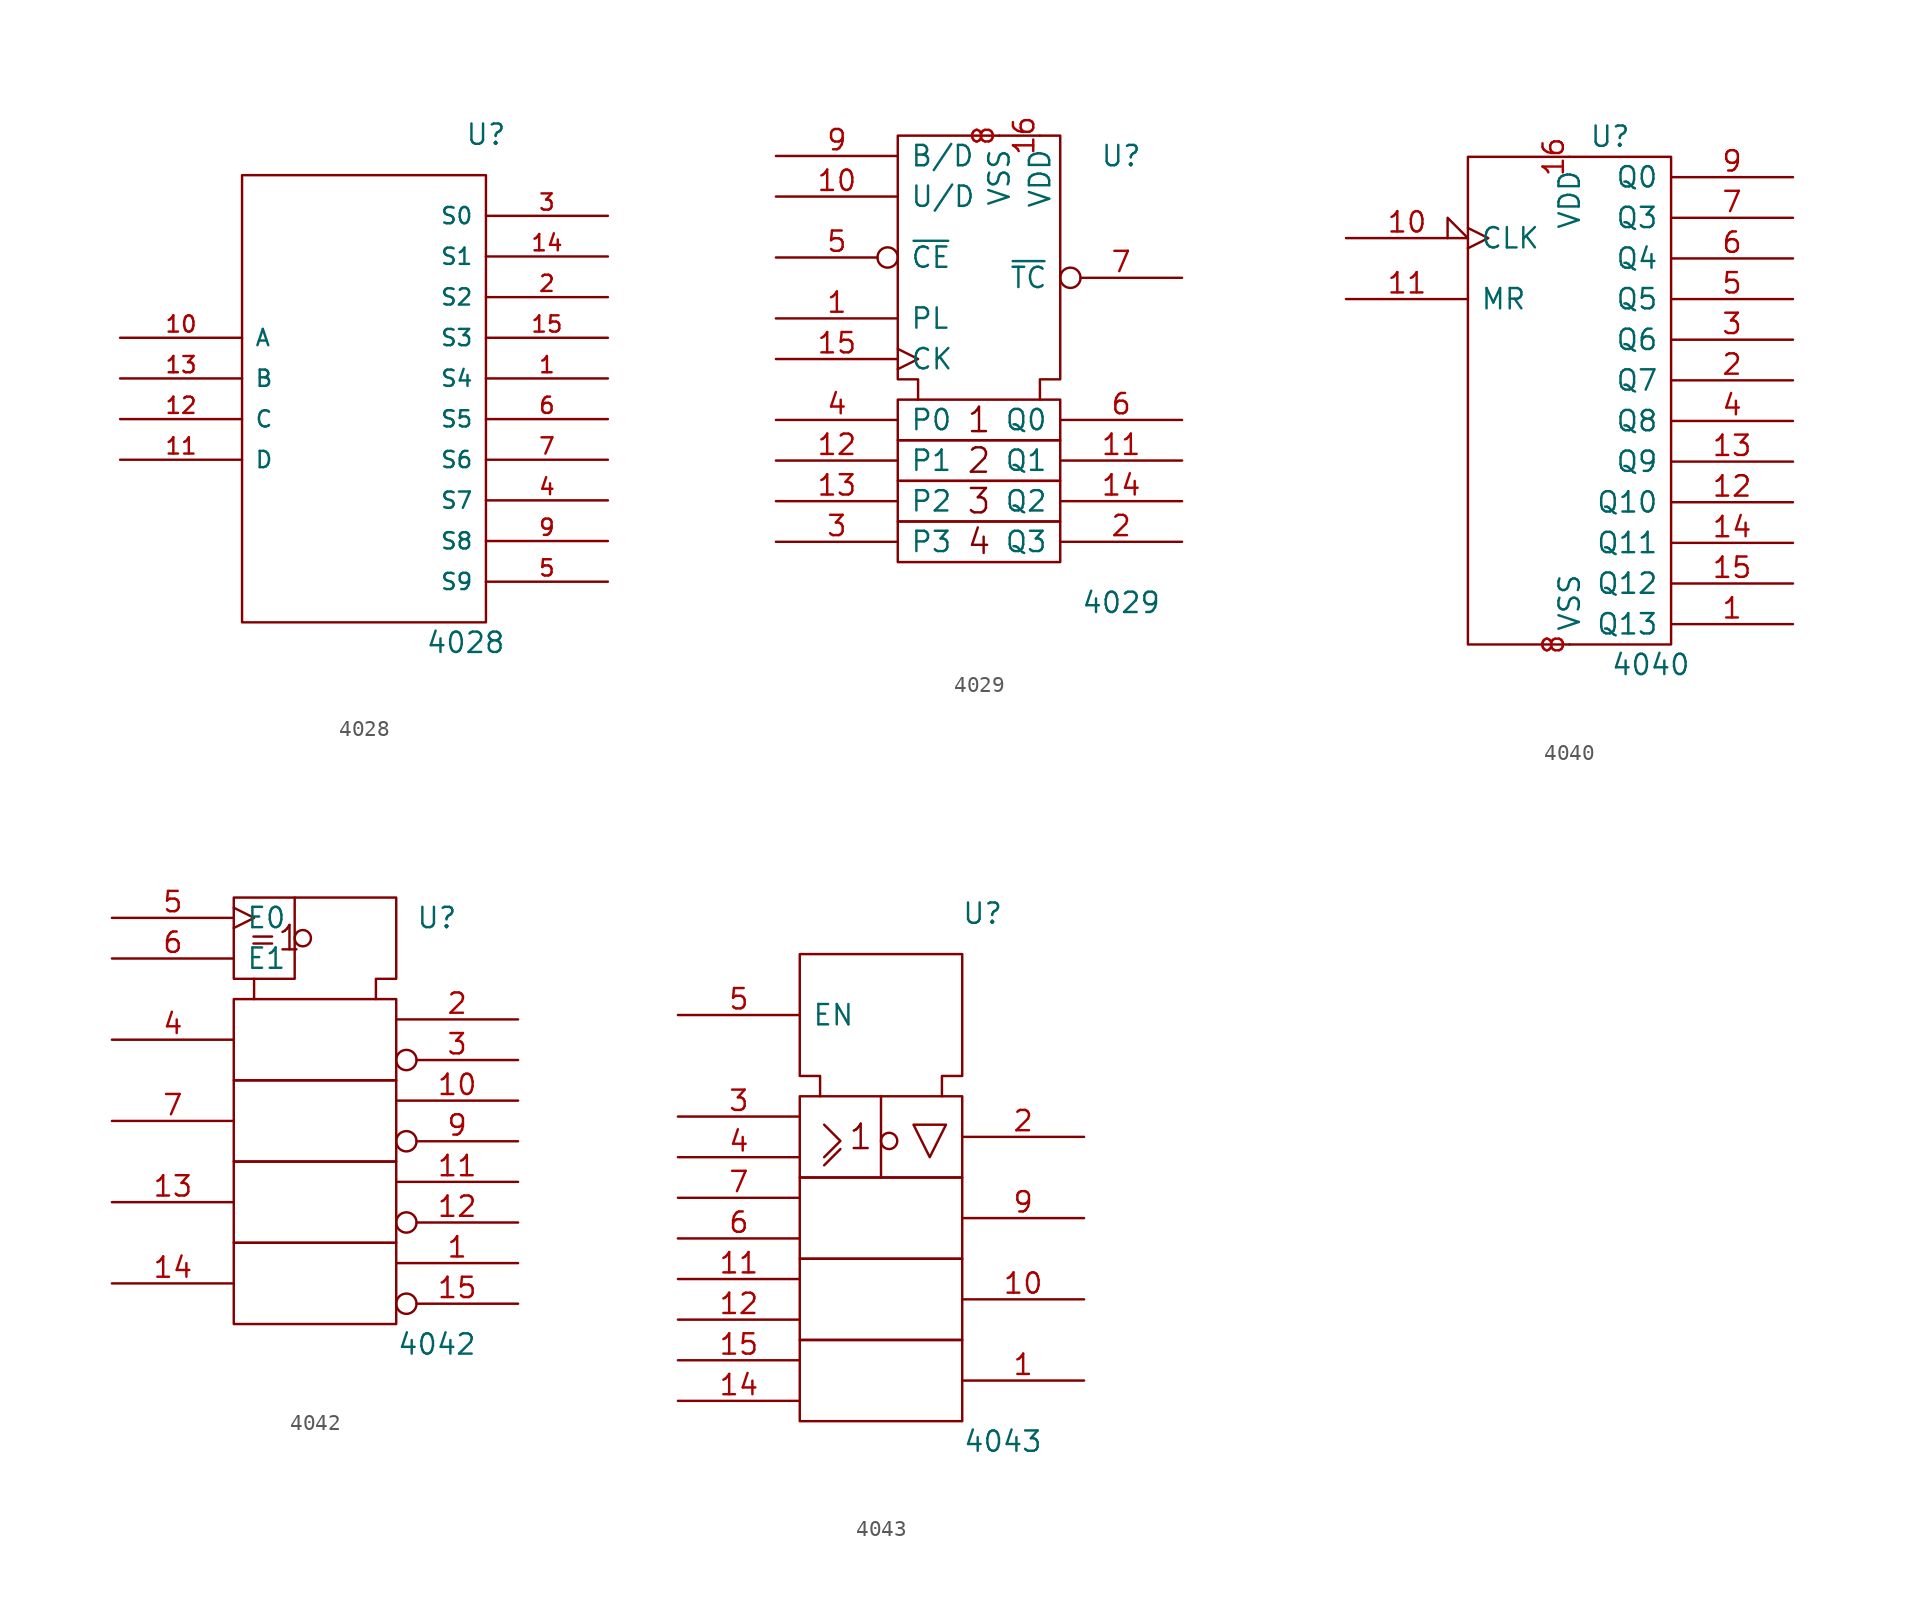
<source format=kicad_sym>
(kicad_symbol_lib
  (version 20211014)
  (generator kicad_symbol_editor)
  (symbol "4028"
    (pin_names
      (offset 0.762))
    (property "Reference" "U"
      (at 7.62 16.51 0)
      (effects (font (size 1.27 1.27))))
    (property "Value" "4028"
      (at 6.35 -15.24 0)
      (effects (font (size 1.27 1.27))))
    (symbol "4028_0_0"
      (pin power_in line (at 0 13.97 270) (length 0) hide (name "VDD" (effects (font (size 1.016 1.016)))) (number "16" (effects (font (size 1.016 1.016))))))
    (symbol "4028_0_1"
      (rectangle (start -7.62 13.97) (end 7.62 -13.97) (stroke (width 0) (type default) (color 0 0 0 0)) (fill (type none)))
      (pin power_in line (at 0 -13.97 90) (length 0) hide (name "VSS" (effects (font (size 1.016 1.016)))) (number "8" (effects (font (size 1.016 1.016))))))
    (symbol "4028_1_1"
      (pin output line (at 15.24 1.27 180) (length 7.62) (name "S4" (effects (font (size 1.016 1.016)))) (number "1" (effects (font (size 1.016 1.016)))))
      (pin input line (at -15.24 3.81 0) (length 7.62) (name "A" (effects (font (size 1.016 1.016)))) (number "10" (effects (font (size 1.016 1.016)))))
      (pin input line (at -15.24 -3.81 0) (length 7.62) (name "D" (effects (font (size 1.016 1.016)))) (number "11" (effects (font (size 1.016 1.016)))))
      (pin input line (at -15.24 -1.27 0) (length 7.62) (name "C" (effects (font (size 1.016 1.016)))) (number "12" (effects (font (size 1.016 1.016)))))
      (pin input line (at -15.24 1.27 0) (length 7.62) (name "B" (effects (font (size 1.016 1.016)))) (number "13" (effects (font (size 1.016 1.016)))))
      (pin output line (at 15.24 8.89 180) (length 7.62) (name "S1" (effects (font (size 1.016 1.016)))) (number "14" (effects (font (size 1.016 1.016)))))
      (pin output line (at 15.24 3.81 180) (length 7.62) (name "S3" (effects (font (size 1.016 1.016)))) (number "15" (effects (font (size 1.016 1.016)))))
      (pin output line (at 15.24 6.35 180) (length 7.62) (name "S2" (effects (font (size 1.016 1.016)))) (number "2" (effects (font (size 1.016 1.016)))))
      (pin output line (at 15.24 11.43 180) (length 7.62) (name "S0" (effects (font (size 1.016 1.016)))) (number "3" (effects (font (size 1.016 1.016)))))
      (pin output line (at 15.24 -6.35 180) (length 7.62) (name "S7" (effects (font (size 1.016 1.016)))) (number "4" (effects (font (size 1.016 1.016)))))
      (pin output line (at 15.24 -11.43 180) (length 7.62) (name "S9" (effects (font (size 1.016 1.016)))) (number "5" (effects (font (size 1.016 1.016)))))
      (pin output line (at 15.24 -1.27 180) (length 7.62) (name "S5" (effects (font (size 1.016 1.016)))) (number "6" (effects (font (size 1.016 1.016)))))
      (pin output line (at 15.24 -3.81 180) (length 7.62) (name "S6" (effects (font (size 1.016 1.016)))) (number "7" (effects (font (size 1.016 1.016)))))
      (pin output line (at 15.24 -8.89 180) (length 7.62) (name "S8" (effects (font (size 1.016 1.016)))) (number "9" (effects (font (size 1.016 1.016)))))))
  (symbol "4029"
    (pin_names
      (offset 0.762))
    (property "Reference" "U"
      (at 8.89 8.89 0)
      (effects (font (size 1.27 1.27))))
    (property "Value" "4029"
      (at 8.89 -19.05 0)
      (effects (font (size 1.27 1.27))))
    (symbol "4029_0_0"
      (rectangle (start -5.08 -13.97) (end 5.08 -16.51) (stroke (width 0) (type default) (color 0 0 0 0)) (fill (type none)))
      (rectangle (start -5.08 -11.43) (end 5.08 -13.97) (stroke (width 0) (type default) (color 0 0 0 0)) (fill (type none)))
      (rectangle (start -5.08 -8.89) (end 5.08 -11.43) (stroke (width 0) (type default) (color 0 0 0 0)) (fill (type none)))
      (rectangle (start -5.08 -6.35) (end 5.08 -8.89) (stroke (width 0) (type default) (color 0 0 0 0)) (fill (type none)))
      (polyline (pts (xy -3.81 -6.35) (xy -3.81 -5.08) (xy -5.08 -5.08) (xy -5.08 10.16) (xy 5.08 10.16) (xy 5.08 -5.08) (xy 3.81 -5.08) (xy 3.81 -6.35) (xy 3.81 -6.35)) (stroke (width 0) (type default) (color 0 0 0 0)) (fill (type none)))
      (text "1" (at 0 -7.62 0) (effects (font (size 1.524 1.524))))
      (text "2" (at 0 -10.16 0) (effects (font (size 1.524 1.524))))
      (text "3" (at 0 -12.7 0) (effects (font (size 1.524 1.524))))
      (text "4" (at 0 -15.24 0) (effects (font (size 1.524 1.524)))))
    (symbol "4029_1_1"
      (pin input line (at -12.7 -1.27 0) (length 7.62) (name "PL" (effects (font (size 1.27 1.27)))) (number "1" (effects (font (size 1.27 1.27)))))
      (pin input line (at -12.7 6.35 0) (length 7.62) (name "U/D" (effects (font (size 1.27 1.27)))) (number "10" (effects (font (size 1.27 1.27)))))
      (pin output line (at 12.7 -10.16 180) (length 7.62) (name "Q1" (effects (font (size 1.27 1.27)))) (number "11" (effects (font (size 1.27 1.27)))))
      (pin input line (at -12.7 -10.16 0) (length 7.62) (name "P1" (effects (font (size 1.27 1.27)))) (number "12" (effects (font (size 1.27 1.27)))))
      (pin input line (at -12.7 -12.7 0) (length 7.62) (name "P2" (effects (font (size 1.27 1.27)))) (number "13" (effects (font (size 1.27 1.27)))))
      (pin output line (at 12.7 -12.7 180) (length 7.62) (name "Q2" (effects (font (size 1.27 1.27)))) (number "14" (effects (font (size 1.27 1.27)))))
      (pin input clock (at -12.7 -3.81 0) (length 7.62) (name "CK" (effects (font (size 1.27 1.27)))) (number "15" (effects (font (size 1.27 1.27)))))
      (pin power_in line (at 3.81 10.16 270) (length 0) (name "VDD" (effects (font (size 1.27 1.27)))) (number "16" (effects (font (size 1.27 1.27)))))
      (pin output line (at 12.7 -15.24 180) (length 7.62) (name "Q3" (effects (font (size 1.27 1.27)))) (number "2" (effects (font (size 1.27 1.27)))))
      (pin input line (at -12.7 -15.24 0) (length 7.62) (name "P3" (effects (font (size 1.27 1.27)))) (number "3" (effects (font (size 1.27 1.27)))))
      (pin input line (at -12.7 -7.62 0) (length 7.62) (name "P0" (effects (font (size 1.27 1.27)))) (number "4" (effects (font (size 1.27 1.27)))))
      (pin input inverted (at -12.7 2.54 0) (length 7.62) (name "~{CE}" (effects (font (size 1.27 1.27)))) (number "5" (effects (font (size 1.27 1.27)))))
      (pin output line (at 12.7 -7.62 180) (length 7.62) (name "Q0" (effects (font (size 1.27 1.27)))) (number "6" (effects (font (size 1.27 1.27)))))
      (pin output inverted (at 12.7 1.27 180) (length 7.62) (name "~{TC}" (effects (font (size 1.27 1.27)))) (number "7" (effects (font (size 1.27 1.27)))))
      (pin power_in line (at 1.27 10.16 270) (length 0) (name "VSS" (effects (font (size 1.27 1.27)))) (number "8" (effects (font (size 1.27 1.27)))))
      (pin input line (at -12.7 8.89 0) (length 7.62) (name "B/D" (effects (font (size 1.27 1.27)))) (number "9" (effects (font (size 1.27 1.27)))))))
  (symbol "4040"
    (pin_names
      (offset 0.762))
    (property "Reference" "U"
      (at 2.54 16.51 0)
      (effects (font (size 1.27 1.27))))
    (property "Value" "4040"
      (at 5.08 -16.51 0)
      (effects (font (size 1.27 1.27))))
    (symbol "4040_0_0"
      (rectangle (start -6.35 15.24) (end 6.35 -15.24) (stroke (width 0) (type default) (color 0 0 0 0)) (fill (type none)))
      (pin power_in line (at 0 15.24 270) (length 0) (name "VDD" (effects (font (size 1.27 1.27)))) (number "16" (effects (font (size 1.27 1.27)))))
      (pin power_in line (at 0 -15.24 90) (length 0) (name "VSS" (effects (font (size 1.27 1.27)))) (number "8" (effects (font (size 1.27 1.27))))))
    (symbol "4040_1_1"
      (pin output line (at 13.97 -13.97 180) (length 7.62) (name "Q13" (effects (font (size 1.27 1.27)))) (number "1" (effects (font (size 1.27 1.27)))))
      (pin input clock_low (at -13.97 10.16 0) (length 7.62) (name "CLK" (effects (font (size 1.27 1.27)))) (number "10" (effects (font (size 1.27 1.27)))))
      (pin input line (at -13.97 6.35 0) (length 7.62) (name "MR" (effects (font (size 1.27 1.27)))) (number "11" (effects (font (size 1.27 1.27)))))
      (pin output line (at 13.97 -6.35 180) (length 7.62) (name "Q10" (effects (font (size 1.27 1.27)))) (number "12" (effects (font (size 1.27 1.27)))))
      (pin output line (at 13.97 -3.81 180) (length 7.62) (name "Q9" (effects (font (size 1.27 1.27)))) (number "13" (effects (font (size 1.27 1.27)))))
      (pin output line (at 13.97 -8.89 180) (length 7.62) (name "Q11" (effects (font (size 1.27 1.27)))) (number "14" (effects (font (size 1.27 1.27)))))
      (pin output line (at 13.97 -11.43 180) (length 7.62) (name "Q12" (effects (font (size 1.27 1.27)))) (number "15" (effects (font (size 1.27 1.27)))))
      (pin output line (at 13.97 1.27 180) (length 7.62) (name "Q7" (effects (font (size 1.27 1.27)))) (number "2" (effects (font (size 1.27 1.27)))))
      (pin output line (at 13.97 3.81 180) (length 7.62) (name "Q6" (effects (font (size 1.27 1.27)))) (number "3" (effects (font (size 1.27 1.27)))))
      (pin output line (at 13.97 -1.27 180) (length 7.62) (name "Q8" (effects (font (size 1.27 1.27)))) (number "4" (effects (font (size 1.27 1.27)))))
      (pin output line (at 13.97 6.35 180) (length 7.62) (name "Q5" (effects (font (size 1.27 1.27)))) (number "5" (effects (font (size 1.27 1.27)))))
      (pin output line (at 13.97 8.89 180) (length 7.62) (name "Q4" (effects (font (size 1.27 1.27)))) (number "6" (effects (font (size 1.27 1.27)))))
      (pin output line (at 13.97 11.43 180) (length 7.62) (name "Q3" (effects (font (size 1.27 1.27)))) (number "7" (effects (font (size 1.27 1.27)))))
      (pin output line (at 13.97 13.97 180) (length 7.62) (name "Q0" (effects (font (size 1.27 1.27)))) (number "9" (effects (font (size 1.27 1.27)))))))
  (symbol "4042"
    (pin_names
      (offset 0.762))
    (property "Reference" "U"
      (at 7.62 11.43 0)
      (effects (font (size 1.27 1.27))))
    (property "Value" "4042"
      (at 7.62 -15.24 0)
      (effects (font (size 1.27 1.27))))
    (symbol "4042_0_0"
      (circle (center -0.762 10.16) (radius 0.508) (stroke (width 0) (type default) (color 0 0 0 0)) (fill (type none)))
      (polyline (pts (xy -1.27 12.7) (xy -1.27 7.62) (xy -3.81 7.62) (xy -3.81 7.62)) (stroke (width 0) (type default) (color 0 0 0 0)) (fill (type none)))
      (text "=1" (at -2.54 10.16 0) (effects (font (size 1.524 1.524)))))
    (symbol "4042_0_1"
      (rectangle (start -5.08 -8.89) (end 5.08 -13.97) (stroke (width 0) (type default) (color 0 0 0 0)) (fill (type none)))
      (rectangle (start -5.08 1.27) (end 5.08 -3.81) (stroke (width 0) (type default) (color 0 0 0 0)) (fill (type none)))
      (polyline (pts (xy -3.81 6.35) (xy -3.81 7.62) (xy -5.08 7.62) (xy -5.08 12.7) (xy 5.08 12.7) (xy 5.08 7.62) (xy 3.81 7.62) (xy 3.81 6.35) (xy 3.81 6.35)) (stroke (width 0) (type default) (color 0 0 0 0)) (fill (type none)))
      (rectangle (start 5.08 -3.81) (end -5.08 -8.89) (stroke (width 0) (type default) (color 0 0 0 0)) (fill (type none)))
      (rectangle (start 5.08 6.35) (end -5.08 1.27) (stroke (width 0) (type default) (color 0 0 0 0)) (fill (type none))))
    (symbol "4042_1_0"
      (pin output line (at 12.7 -10.16 180) (length 7.62) (name "~" (effects (font (size 1.27 1.27)))) (number "1" (effects (font (size 1.27 1.27)))))
      (pin output line (at 12.7 0 180) (length 7.62) (name "~" (effects (font (size 1.27 1.27)))) (number "10" (effects (font (size 1.27 1.27)))))
      (pin output line (at 12.7 -5.08 180) (length 7.62) (name "~" (effects (font (size 1.27 1.27)))) (number "11" (effects (font (size 1.27 1.27)))))
      (pin output inverted (at 12.7 -7.62 180) (length 7.62) (name "~" (effects (font (size 1.27 1.27)))) (number "12" (effects (font (size 1.27 1.27)))))
      (pin input line (at -12.7 -6.35 0) (length 7.62) (name "~" (effects (font (size 1.27 1.27)))) (number "13" (effects (font (size 1.27 1.27)))))
      (pin input line (at -12.7 -11.43 0) (length 7.62) (name "~" (effects (font (size 1.27 1.27)))) (number "14" (effects (font (size 1.27 1.27)))))
      (pin output inverted (at 12.7 -12.7 180) (length 7.62) (name "~" (effects (font (size 1.27 1.27)))) (number "15" (effects (font (size 1.27 1.27)))))
      (pin power_in line (at 3.81 12.7 270) (length 0) hide (name "Vdd" (effects (font (size 1.27 1.27)))) (number "16" (effects (font (size 1.27 1.27)))))
      (pin output line (at 12.7 5.08 180) (length 7.62) (name "~" (effects (font (size 1.27 1.27)))) (number "2" (effects (font (size 1.27 1.27)))))
      (pin output inverted (at 12.7 2.54 180) (length 7.62) (name "~" (effects (font (size 1.27 1.27)))) (number "3" (effects (font (size 1.27 1.27)))))
      (pin input line (at -12.7 3.81 0) (length 7.62) (name "~" (effects (font (size 1.27 1.27)))) (number "4" (effects (font (size 1.27 1.27)))))
      (pin input clock (at -12.7 11.43 0) (length 7.62) (name "E0" (effects (font (size 1.27 1.27)))) (number "5" (effects (font (size 1.27 1.27)))))
      (pin input line (at -12.7 8.89 0) (length 7.62) (name "E1" (effects (font (size 1.27 1.27)))) (number "6" (effects (font (size 1.27 1.27)))))
      (pin input line (at -12.7 -1.27 0) (length 7.62) (name "~" (effects (font (size 1.27 1.27)))) (number "7" (effects (font (size 1.27 1.27)))))
      (pin power_in line (at 1.27 12.7 270) (length 0) hide (name "Vss" (effects (font (size 1.27 1.27)))) (number "8" (effects (font (size 1.27 1.27)))))
      (pin output inverted (at 12.7 -2.54 180) (length 7.62) (name "~" (effects (font (size 1.27 1.27)))) (number "9" (effects (font (size 1.27 1.27)))))))
  (symbol "4043"
    (pin_names
      (offset 0.762))
    (property "Reference" "U"
      (at 6.35 12.7 0)
      (effects (font (size 1.27 1.27))))
    (property "Value" "4043"
      (at 7.62 -20.32 0)
      (effects (font (size 1.27 1.27))))
    (symbol "4043_0_0"
      (rectangle (start -5.08 -13.97) (end 5.08 -19.05) (stroke (width 0) (type default) (color 0 0 0 0)) (fill (type none)))
      (rectangle (start -5.08 -8.89) (end 5.08 -13.97) (stroke (width 0) (type default) (color 0 0 0 0)) (fill (type none)))
      (rectangle (start -5.08 -3.81) (end 5.08 -8.89) (stroke (width 0) (type default) (color 0 0 0 0)) (fill (type none)))
      (rectangle (start -5.08 1.27) (end 5.08 -3.81) (stroke (width 0) (type default) (color 0 0 0 0)) (fill (type none)))
      (polyline (pts (xy -3.556 -3.048) (xy -2.54 -2.032) (xy -2.54 -2.032)) (stroke (width 0) (type default) (color 0 0 0 0)) (fill (type none)))
      (polyline (pts (xy 0 1.27) (xy 0 -3.81) (xy 0 -3.81)) (stroke (width 0) (type default) (color 0 0 0 0)) (fill (type none)))
      (polyline (pts (xy -3.556 -0.508) (xy -2.54 -1.524) (xy -3.556 -2.54) (xy -3.556 -2.54)) (stroke (width 0) (type default) (color 0 0 0 0)) (fill (type none)))
      (polyline (pts (xy 2.032 -0.508) (xy 3.048 -2.54) (xy 4.064 -0.508) (xy 2.032 -0.508) (xy 2.032 -0.508)) (stroke (width 0) (type default) (color 0 0 0 0)) (fill (type none)))
      (polyline (pts (xy -3.81 1.27) (xy -3.81 2.54) (xy -5.08 2.54) (xy -5.08 10.16) (xy 5.08 10.16) (xy 5.08 2.54) (xy 3.81 2.54) (xy 3.81 1.27) (xy 3.81 1.27)) (stroke (width 0) (type default) (color 0 0 0 0)) (fill (type none)))
      (circle (center 0.508 -1.524) (radius 0.508) (stroke (width 0) (type default) (color 0 0 0 0)) (fill (type none)))
      (text "1" (at -1.27 -1.27 0) (effects (font (size 1.524 1.524)))))
    (symbol "4043_1_0"
      (pin output line (at 12.7 -16.51 180) (length 7.62) (name "~" (effects (font (size 1.27 1.27)))) (number "1" (effects (font (size 1.27 1.27)))))
      (pin output line (at 12.7 -11.43 180) (length 7.62) (name "~" (effects (font (size 1.27 1.27)))) (number "10" (effects (font (size 1.27 1.27)))))
      (pin input line (at -12.7 -10.16 0) (length 7.62) (name "~" (effects (font (size 1.27 1.27)))) (number "11" (effects (font (size 1.27 1.27)))))
      (pin input line (at -12.7 -12.7 0) (length 7.62) (name "~" (effects (font (size 1.27 1.27)))) (number "12" (effects (font (size 1.27 1.27)))))
      (pin input line (at -12.7 -17.78 0) (length 7.62) (name "~" (effects (font (size 1.27 1.27)))) (number "14" (effects (font (size 1.27 1.27)))))
      (pin input line (at -12.7 -15.24 0) (length 7.62) (name "~" (effects (font (size 1.27 1.27)))) (number "15" (effects (font (size 1.27 1.27)))))
      (pin input line (at 3.81 10.16 270) (length 0) hide (name "Vdd" (effects (font (size 1.27 1.27)))) (number "16" (effects (font (size 1.27 1.27)))))
      (pin output line (at 12.7 -1.27 180) (length 7.62) (name "~" (effects (font (size 1.27 1.27)))) (number "2" (effects (font (size 1.27 1.27)))))
      (pin input line (at -12.7 0 0) (length 7.62) (name "~" (effects (font (size 1.27 1.27)))) (number "3" (effects (font (size 1.27 1.27)))))
      (pin input line (at -12.7 -2.54 0) (length 7.62) (name "~" (effects (font (size 1.27 1.27)))) (number "4" (effects (font (size 1.27 1.27)))))
      (pin input line (at -12.7 6.35 0) (length 7.62) (name "EN" (effects (font (size 1.27 1.27)))) (number "5" (effects (font (size 1.27 1.27)))))
      (pin input line (at -12.7 -7.62 0) (length 7.62) (name "~" (effects (font (size 1.27 1.27)))) (number "6" (effects (font (size 1.27 1.27)))))
      (pin input line (at -12.7 -5.08 0) (length 7.62) (name "~" (effects (font (size 1.27 1.27)))) (number "7" (effects (font (size 1.27 1.27)))))
      (pin input line (at 0 10.16 270) (length 0) hide (name "Vss" (effects (font (size 1.27 1.27)))) (number "8" (effects (font (size 1.27 1.27)))))
      (pin output line (at 12.7 -6.35 180) (length 7.62) (name "~" (effects (font (size 1.27 1.27)))) (number "9" (effects (font (size 1.27 1.27))))))))
</source>
